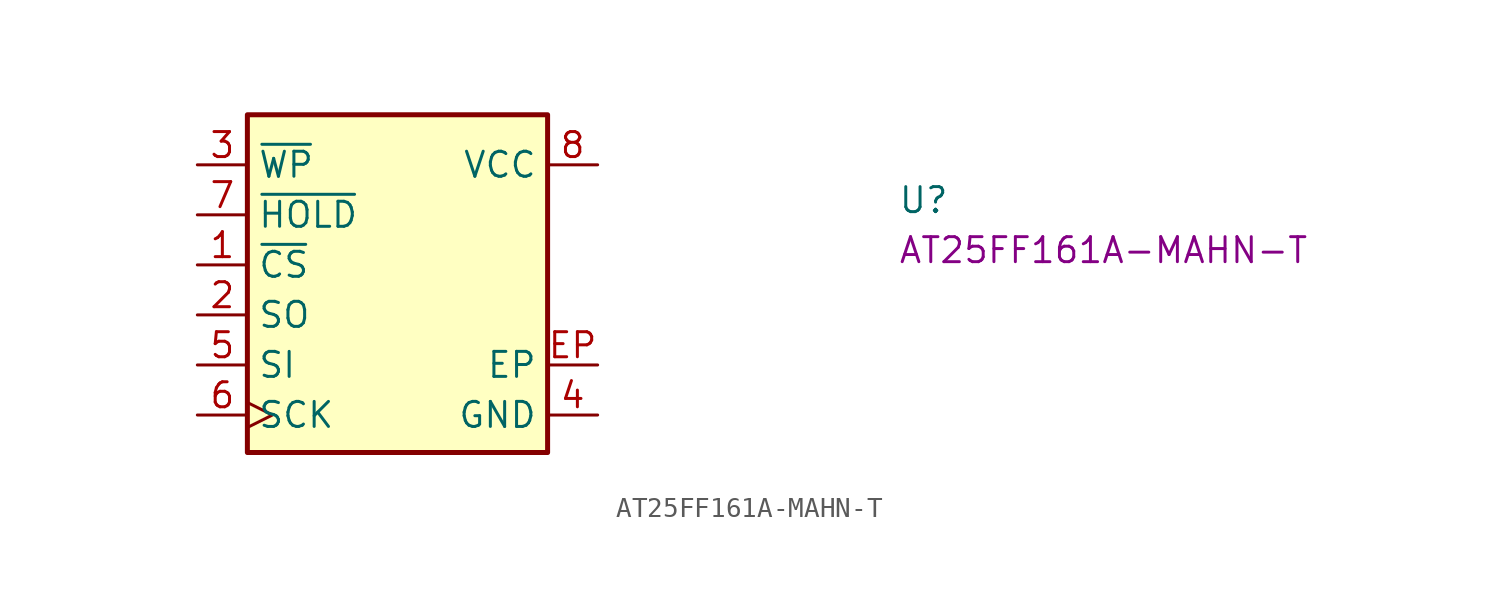
<source format=kicad_sym>
(kicad_symbol_lib
  (version 20220914)
  (generator kicad_symbol_editor)
  (symbol "AT25FF161A-MAHN-T"
    (property "Reference" "U"
      (at 35.56 -2.54 0)
      (effects (font (size 1.27 1.27) (thickness 0.15)) (justify left bottom)))
    (property "MPN" "AT25FF161A-MAHN-T"
      (at 35.56 -5.08 0)
      (effects (font (size 1.27 1.27) (thickness 0.15)) (justify left bottom)))
    (symbol "AT25FF161A-MAHN-T_1_1"
      (rectangle (start 2.54 2.54) (end 17.78 -14.605) (stroke (width 0.254) (type default)) (fill (type background)))
      (pin passive line (at 0 -5.08 0) (length 2.54) (name "~{CS}" (effects (font (size 1.27 1.27)))) (number "1" (effects (font (size 1.27 1.27)))))
      (pin passive line (at 0 -7.62 0) (length 2.54) (name "SO" (effects (font (size 1.27 1.27)))) (number "2" (effects (font (size 1.27 1.27)))) (alternate "O1)" passive line))
      (pin passive line (at 0 0 0) (length 2.54) (name "~{WP}" (effects (font (size 1.27 1.27)))) (number "3" (effects (font (size 1.27 1.27)))))
      (pin power_in line (at 20.32 -12.7 180) (length 2.54) (name "GND" (effects (font (size 1.27 1.27)))) (number "4" (effects (font (size 1.27 1.27)))))
      (pin passive line (at 0 -10.16 0) (length 2.54) (name "SI" (effects (font (size 1.27 1.27)))) (number "5" (effects (font (size 1.27 1.27)))) (alternate "O0)" passive line))
      (pin passive clock (at 0 -12.7 0) (length 2.54) (name "SCK" (effects (font (size 1.27 1.27)))) (number "6" (effects (font (size 1.27 1.27)))))
      (pin passive line (at 0 -2.54 0) (length 2.54) (name "~{HOLD}" (effects (font (size 1.27 1.27)))) (number "7" (effects (font (size 1.27 1.27)))))
      (pin power_in line (at 20.32 0 180) (length 2.54) (name "VCC" (effects (font (size 1.27 1.27)))) (number "8" (effects (font (size 1.27 1.27)))))
      (pin power_in line (at 20.32 -10.16 180) (length 2.54) (name "EP" (effects (font (size 1.27 1.27)))) (number "EP" (effects (font (size 1.27 1.27))))))))
</source>
